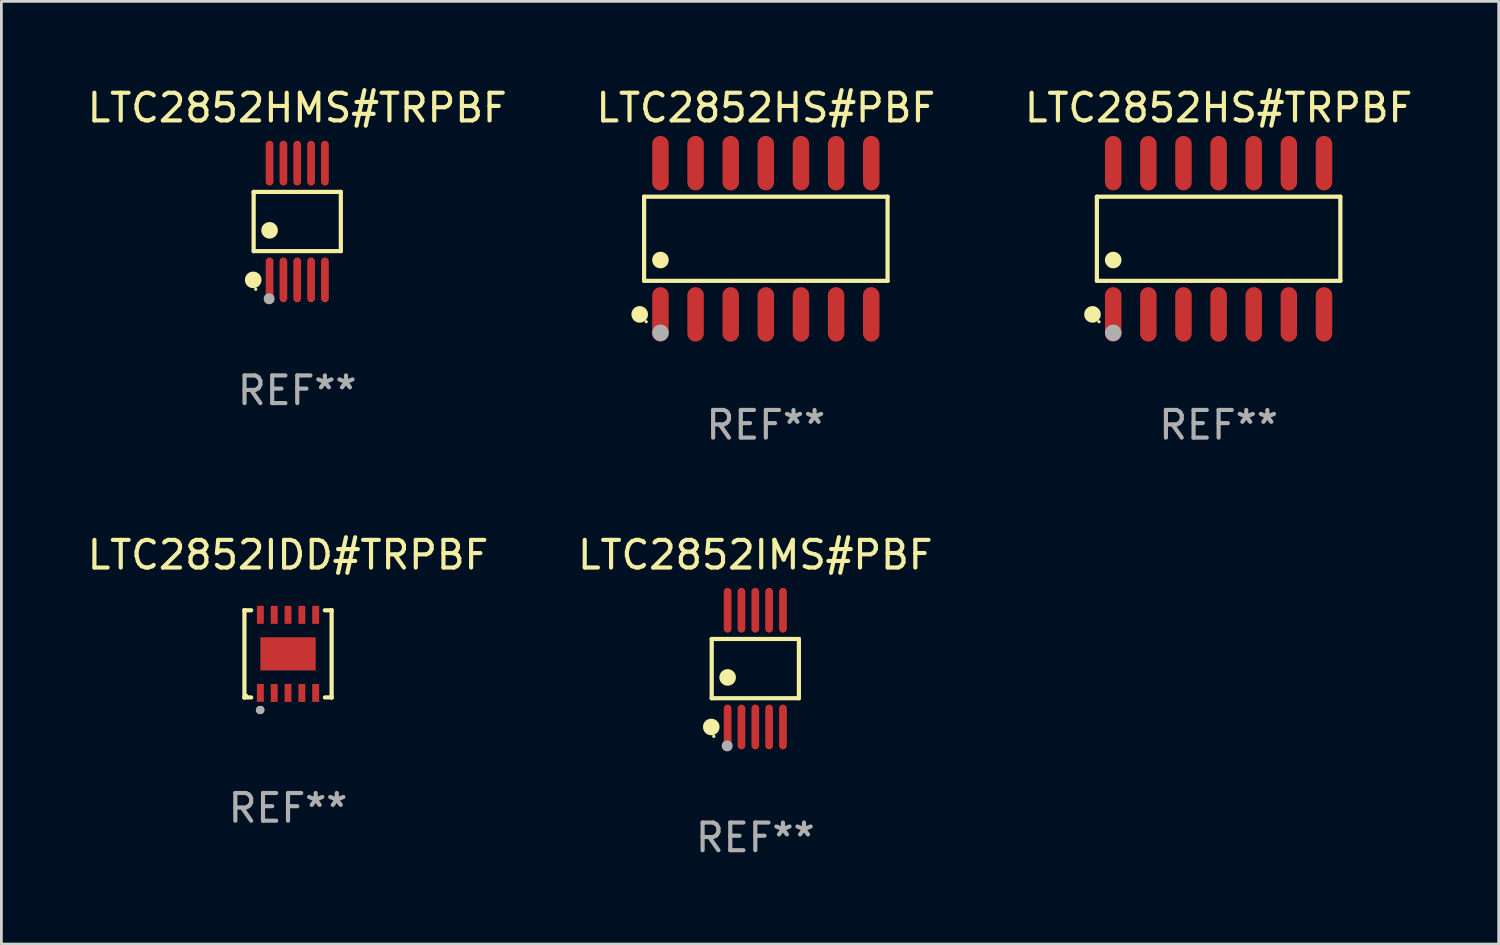
<source format=kicad_pcb>
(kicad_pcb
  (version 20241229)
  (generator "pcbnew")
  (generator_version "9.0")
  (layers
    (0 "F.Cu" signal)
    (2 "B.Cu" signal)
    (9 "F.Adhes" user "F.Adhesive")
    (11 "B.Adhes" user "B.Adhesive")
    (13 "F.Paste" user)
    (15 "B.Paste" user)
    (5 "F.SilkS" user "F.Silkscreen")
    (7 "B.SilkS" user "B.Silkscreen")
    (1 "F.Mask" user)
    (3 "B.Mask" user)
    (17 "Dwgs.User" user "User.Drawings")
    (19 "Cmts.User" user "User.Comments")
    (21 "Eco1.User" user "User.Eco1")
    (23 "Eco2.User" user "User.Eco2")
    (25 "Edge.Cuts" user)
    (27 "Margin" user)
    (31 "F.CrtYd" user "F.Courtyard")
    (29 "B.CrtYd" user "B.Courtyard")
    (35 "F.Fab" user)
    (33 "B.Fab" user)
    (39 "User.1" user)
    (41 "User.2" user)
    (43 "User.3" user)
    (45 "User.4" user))
  (footprint "LTC2852IMS#PBF"
    (layer "F.Cu")
    (at 24.256 21.122)
    (property "Reference" "LTC2852IMS#PBF" (at 0 -4.11 0) (layer "F.SilkS") (effects (font (size 1 1) (thickness 0.15))))
    (attr through_hole)
    (fp_line (start -1.576 -1.071) (end 1.576 -1.071) (stroke (width 0.152) (type solid)) (layer "F.SilkS"))
    (fp_line (start -1.576 1.071) (end -1.576 -1.071) (stroke (width 0.152) (type solid)) (layer "F.SilkS"))
    (fp_line (start 1.576 -1.071) (end 1.576 1.071) (stroke (width 0.152) (type solid)) (layer "F.SilkS"))
    (fp_line (start 1.576 1.071) (end -1.576 1.071) (stroke (width 0.152) (type solid)) (layer "F.SilkS"))
    (fp_circle (center -1.592 2.11) (end -1.442 2.11) (stroke (width 0.3) (type solid)) (fill no) (layer "F.SilkS"))
    (fp_circle (center -1.5 2.45) (end -1.47 2.45) (stroke (width 0.06) (type solid)) (fill no) (layer "F.SilkS"))
    (fp_circle (center -1 0.319) (end -0.85 0.319) (stroke (width 0.3) (type solid)) (fill no) (layer "F.SilkS"))
    (fp_circle (center -1.016 2.794) (end -0.916 2.794) (stroke (width 0.2) (type solid)) (fill no) (layer "F.Fab"))
    (fp_text user "REF**" (at 0 6.11 0) (layer "F.Fab") (effects (font (size 1 1) (thickness 0.15))))
    (pad "1" smd oval (at -1 2.11) (size 0.28 1.62) (layers "F.Cu" "F.Mask" "F.Paste"))
    (pad "2" smd oval (at -0.5 2.11) (size 0.28 1.62) (layers "F.Cu" "F.Mask" "F.Paste"))
    (pad "3" smd oval (at 0 2.11) (size 0.28 1.62) (layers "F.Cu" "F.Mask" "F.Paste"))
    (pad "4" smd oval (at 0.5 2.11) (size 0.28 1.62) (layers "F.Cu" "F.Mask" "F.Paste"))
    (pad "5" smd oval (at 1 2.11) (size 0.28 1.62) (layers "F.Cu" "F.Mask" "F.Paste"))
    (pad "6" smd oval (at 1 -2.11) (size 0.28 1.62) (layers "F.Cu" "F.Mask" "F.Paste"))
    (pad "7" smd oval (at 0.5 -2.11) (size 0.28 1.62) (layers "F.Cu" "F.Mask" "F.Paste"))
    (pad "8" smd oval (at 0 -2.11) (size 0.28 1.62) (layers "F.Cu" "F.Mask" "F.Paste"))
    (pad "9" smd oval (at -0.5 -2.11) (size 0.28 1.62) (layers "F.Cu" "F.Mask" "F.Paste"))
    (pad "10" smd oval (at -1 -2.11) (size 0.28 1.62) (layers "F.Cu" "F.Mask" "F.Paste")))
  (footprint "LTC2852HMS#TRPBF"
    (layer "F.Cu")
    (at 7.696 4.958)
    (property "Reference" "LTC2852HMS#TRPBF" (at 0 -4.11 0) (layer "F.SilkS") (effects (font (size 1 1) (thickness 0.15))))
    (attr through_hole)
    (fp_line (start -1.576 -1.071) (end 1.576 -1.071) (stroke (width 0.152) (type solid)) (layer "F.SilkS"))
    (fp_line (start -1.576 1.071) (end -1.576 -1.071) (stroke (width 0.152) (type solid)) (layer "F.SilkS"))
    (fp_line (start 1.576 -1.071) (end 1.576 1.071) (stroke (width 0.152) (type solid)) (layer "F.SilkS"))
    (fp_line (start 1.576 1.071) (end -1.576 1.071) (stroke (width 0.152) (type solid)) (layer "F.SilkS"))
    (fp_circle (center -1.592 2.11) (end -1.442 2.11) (stroke (width 0.3) (type solid)) (fill no) (layer "F.SilkS"))
    (fp_circle (center -1.5 2.45) (end -1.47 2.45) (stroke (width 0.06) (type solid)) (fill no) (layer "F.SilkS"))
    (fp_circle (center -1 0.319) (end -0.85 0.319) (stroke (width 0.3) (type solid)) (fill no) (layer "F.SilkS"))
    (fp_circle (center -1.016 2.794) (end -0.916 2.794) (stroke (width 0.2) (type solid)) (fill no) (layer "F.Fab"))
    (fp_text user "REF**" (at 0 6.11 0) (layer "F.Fab") (effects (font (size 1 1) (thickness 0.15))))
    (pad "1" smd oval (at -1 2.11) (size 0.28 1.62) (layers "F.Cu" "F.Mask" "F.Paste"))
    (pad "2" smd oval (at -0.5 2.11) (size 0.28 1.62) (layers "F.Cu" "F.Mask" "F.Paste"))
    (pad "3" smd oval (at 0 2.11) (size 0.28 1.62) (layers "F.Cu" "F.Mask" "F.Paste"))
    (pad "4" smd oval (at 0.5 2.11) (size 0.28 1.62) (layers "F.Cu" "F.Mask" "F.Paste"))
    (pad "5" smd oval (at 1 2.11) (size 0.28 1.62) (layers "F.Cu" "F.Mask" "F.Paste"))
    (pad "6" smd oval (at 1 -2.11) (size 0.28 1.62) (layers "F.Cu" "F.Mask" "F.Paste"))
    (pad "7" smd oval (at 0.5 -2.11) (size 0.28 1.62) (layers "F.Cu" "F.Mask" "F.Paste"))
    (pad "8" smd oval (at 0 -2.11) (size 0.28 1.62) (layers "F.Cu" "F.Mask" "F.Paste"))
    (pad "9" smd oval (at -0.5 -2.11) (size 0.28 1.62) (layers "F.Cu" "F.Mask" "F.Paste"))
    (pad "10" smd oval (at -1 -2.11) (size 0.28 1.62) (layers "F.Cu" "F.Mask" "F.Paste")))
  (footprint "LTC2852HS#TRPBF"
    (layer "F.Cu")
    (at 41.006 5.582)
    (property "Reference" "LTC2852HS#TRPBF" (at 0 -4.734 0) (layer "F.SilkS") (effects (font (size 1 1) (thickness 0.15))))
    (attr through_hole)
    (fp_line (start -4.401 -1.521) (end 4.401 -1.521) (stroke (width 0.152) (type solid)) (layer "F.SilkS"))
    (fp_line (start -4.401 1.521) (end -4.401 -1.521) (stroke (width 0.152) (type solid)) (layer "F.SilkS"))
    (fp_line (start 4.401 -1.521) (end 4.401 1.521) (stroke (width 0.152) (type solid)) (layer "F.SilkS"))
    (fp_line (start 4.401 1.521) (end -4.401 1.521) (stroke (width 0.152) (type solid)) (layer "F.SilkS"))
    (fp_circle (center -4.56 2.734) (end -4.41 2.734) (stroke (width 0.3) (type solid)) (fill no) (layer "F.SilkS"))
    (fp_circle (center -4.325 3) (end -4.295 3) (stroke (width 0.06) (type solid)) (fill no) (layer "F.SilkS"))
    (fp_circle (center -3.81 0.769) (end -3.66 0.769) (stroke (width 0.3) (type solid)) (fill no) (layer "F.SilkS"))
    (fp_circle (center -3.81 3.4) (end -3.66 3.4) (stroke (width 0.3) (type solid)) (fill no) (layer "F.Fab"))
    (fp_text user "REF**" (at 0 6.734 0) (layer "F.Fab") (effects (font (size 1 1) (thickness 0.15))))
    (pad "1" smd oval (at -3.81 2.734) (size 0.595 1.968) (layers "F.Cu" "F.Mask" "F.Paste"))
    (pad "2" smd oval (at -2.54 2.734) (size 0.595 1.968) (layers "F.Cu" "F.Mask" "F.Paste"))
    (pad "3" smd oval (at -1.27 2.734) (size 0.595 1.968) (layers "F.Cu" "F.Mask" "F.Paste"))
    (pad "4" smd oval (at 0 2.734) (size 0.595 1.968) (layers "F.Cu" "F.Mask" "F.Paste"))
    (pad "5" smd oval (at 1.27 2.734) (size 0.595 1.968) (layers "F.Cu" "F.Mask" "F.Paste"))
    (pad "6" smd oval (at 2.54 2.734) (size 0.595 1.968) (layers "F.Cu" "F.Mask" "F.Paste"))
    (pad "7" smd oval (at 3.81 2.734) (size 0.595 1.968) (layers "F.Cu" "F.Mask" "F.Paste"))
    (pad "8" smd oval (at 3.81 -2.734) (size 0.595 1.968) (layers "F.Cu" "F.Mask" "F.Paste"))
    (pad "9" smd oval (at 2.54 -2.734) (size 0.595 1.968) (layers "F.Cu" "F.Mask" "F.Paste"))
    (pad "10" smd oval (at 1.27 -2.734) (size 0.595 1.968) (layers "F.Cu" "F.Mask" "F.Paste"))
    (pad "11" smd oval (at 0 -2.734) (size 0.595 1.968) (layers "F.Cu" "F.Mask" "F.Paste"))
    (pad "12" smd oval (at -1.27 -2.734) (size 0.595 1.968) (layers "F.Cu" "F.Mask" "F.Paste"))
    (pad "13" smd oval (at -2.54 -2.734) (size 0.595 1.968) (layers "F.Cu" "F.Mask" "F.Paste"))
    (pad "14" smd oval (at -3.81 -2.734) (size 0.595 1.968) (layers "F.Cu" "F.Mask" "F.Paste")))
  (footprint "LTC2852HS#PBF"
    (layer "F.Cu")
    (at 24.637 5.582)
    (property "Reference" "LTC2852HS#PBF" (at 0 -4.734 0) (layer "F.SilkS") (effects (font (size 1 1) (thickness 0.15))))
    (attr through_hole)
    (fp_line (start -4.401 -1.521) (end 4.401 -1.521) (stroke (width 0.152) (type solid)) (layer "F.SilkS"))
    (fp_line (start -4.401 1.521) (end -4.401 -1.521) (stroke (width 0.152) (type solid)) (layer "F.SilkS"))
    (fp_line (start 4.401 -1.521) (end 4.401 1.521) (stroke (width 0.152) (type solid)) (layer "F.SilkS"))
    (fp_line (start 4.401 1.521) (end -4.401 1.521) (stroke (width 0.152) (type solid)) (layer "F.SilkS"))
    (fp_circle (center -4.56 2.734) (end -4.41 2.734) (stroke (width 0.3) (type solid)) (fill no) (layer "F.SilkS"))
    (fp_circle (center -4.325 3) (end -4.295 3) (stroke (width 0.06) (type solid)) (fill no) (layer "F.SilkS"))
    (fp_circle (center -3.81 0.769) (end -3.66 0.769) (stroke (width 0.3) (type solid)) (fill no) (layer "F.SilkS"))
    (fp_circle (center -3.81 3.4) (end -3.66 3.4) (stroke (width 0.3) (type solid)) (fill no) (layer "F.Fab"))
    (fp_text user "REF**" (at 0 6.734 0) (layer "F.Fab") (effects (font (size 1 1) (thickness 0.15))))
    (pad "1" smd oval (at -3.81 2.734) (size 0.595 1.968) (layers "F.Cu" "F.Mask" "F.Paste"))
    (pad "2" smd oval (at -2.54 2.734) (size 0.595 1.968) (layers "F.Cu" "F.Mask" "F.Paste"))
    (pad "3" smd oval (at -1.27 2.734) (size 0.595 1.968) (layers "F.Cu" "F.Mask" "F.Paste"))
    (pad "4" smd oval (at 0 2.734) (size 0.595 1.968) (layers "F.Cu" "F.Mask" "F.Paste"))
    (pad "5" smd oval (at 1.27 2.734) (size 0.595 1.968) (layers "F.Cu" "F.Mask" "F.Paste"))
    (pad "6" smd oval (at 2.54 2.734) (size 0.595 1.968) (layers "F.Cu" "F.Mask" "F.Paste"))
    (pad "7" smd oval (at 3.81 2.734) (size 0.595 1.968) (layers "F.Cu" "F.Mask" "F.Paste"))
    (pad "8" smd oval (at 3.81 -2.734) (size 0.595 1.968) (layers "F.Cu" "F.Mask" "F.Paste"))
    (pad "9" smd oval (at 2.54 -2.734) (size 0.595 1.968) (layers "F.Cu" "F.Mask" "F.Paste"))
    (pad "10" smd oval (at 1.27 -2.734) (size 0.595 1.968) (layers "F.Cu" "F.Mask" "F.Paste"))
    (pad "11" smd oval (at 0 -2.734) (size 0.595 1.968) (layers "F.Cu" "F.Mask" "F.Paste"))
    (pad "12" smd oval (at -1.27 -2.734) (size 0.595 1.968) (layers "F.Cu" "F.Mask" "F.Paste"))
    (pad "13" smd oval (at -2.54 -2.734) (size 0.595 1.968) (layers "F.Cu" "F.Mask" "F.Paste"))
    (pad "14" smd oval (at -3.81 -2.734) (size 0.595 1.968) (layers "F.Cu" "F.Mask" "F.Paste")))
  (footprint "LTC2852IDD#TRPBF"
    (layer "F.Cu")
    (at 7.363 20.589)
    (property "Reference" "LTC2852IDD#TRPBF" (at 0 -3.576 0) (layer "F.SilkS") (effects (font (size 1 1) (thickness 0.15))))
    (attr through_hole)
    (fp_line (start -1.576 -1.576) (end -1.576 -1.576) (stroke (width 0.152) (type solid)) (layer "F.SilkS"))
    (fp_line (start -1.576 -1.576) (end -1.331 -1.576) (stroke (width 0.152) (type solid)) (layer "F.SilkS"))
    (fp_line (start -1.576 1.576) (end -1.576 -1.576) (stroke (width 0.152) (type solid)) (layer "F.SilkS"))
    (fp_line (start -1.576 1.576) (end -1.576 1.576) (stroke (width 0.152) (type solid)) (layer "F.SilkS"))
    (fp_line (start -1.331 1.576) (end -1.576 1.576) (stroke (width 0.152) (type solid)) (layer "F.SilkS"))
    (fp_line (start 1.331 1.576) (end 1.576 1.576) (stroke (width 0.152) (type solid)) (layer "F.SilkS"))
    (fp_line (start 1.576 -1.576) (end 1.331 -1.576) (stroke (width 0.152) (type solid)) (layer "F.SilkS"))
    (fp_line (start 1.576 -1.576) (end 1.576 -1.576) (stroke (width 0.152) (type solid)) (layer "F.SilkS"))
    (fp_line (start 1.576 1.576) (end 1.576 -1.576) (stroke (width 0.152) (type solid)) (layer "F.SilkS"))
    (fp_line (start 1.576 1.576) (end 1.576 1.576) (stroke (width 0.152) (type solid)) (layer "F.SilkS"))
    (fp_circle (center -1.5 1.5) (end -1.47 1.5) (stroke (width 0.06) (type solid)) (fill no) (layer "F.SilkS"))
    (fp_circle (center -1 2.028) (end -0.925 2.028) (stroke (width 0.15) (type solid)) (fill no) (layer "F.SilkS"))
    (fp_circle (center -1.016 2.032) (end -0.941 2.032) (stroke (width 0.15) (type solid)) (fill no) (layer "F.Fab"))
    (fp_text user "REF**" (at 0 5.576 0) (layer "F.Fab") (effects (font (size 1 1) (thickness 0.15))))
    (pad "1" smd rect (at -1 1.411) (size 0.25 0.65) (layers "F.Cu" "F.Mask" "F.Paste"))
    (pad "2" smd rect (at -0.5 1.411) (size 0.25 0.65) (layers "F.Cu" "F.Mask" "F.Paste"))
    (pad "3" smd rect (at 0 1.411) (size 0.25 0.65) (layers "F.Cu" "F.Mask" "F.Paste"))
    (pad "4" smd rect (at 0.5 1.411) (size 0.25 0.65) (layers "F.Cu" "F.Mask" "F.Paste"))
    (pad "5" smd rect (at 1 1.411) (size 0.25 0.65) (layers "F.Cu" "F.Mask" "F.Paste"))
    (pad "6" smd rect (at 1 -1.411) (size 0.25 0.65) (layers "F.Cu" "F.Mask" "F.Paste"))
    (pad "7" smd rect (at 0.5 -1.411) (size 0.25 0.65) (layers "F.Cu" "F.Mask" "F.Paste"))
    (pad "8" smd rect (at 0 -1.411) (size 0.25 0.65) (layers "F.Cu" "F.Mask" "F.Paste"))
    (pad "9" smd rect (at -0.5 -1.411) (size 0.25 0.65) (layers "F.Cu" "F.Mask" "F.Paste"))
    (pad "10" smd rect (at -1 -1.411) (size 0.25 0.65) (layers "F.Cu" "F.Mask" "F.Paste"))
    (pad "11" smd rect (at 0 0) (size 2 1.2) (layers "F.Cu" "F.Mask" "F.Paste")))
  (gr_rect
    (start -3 -3)
    (end 51.131 31.081)
    (stroke (width 0.1) (type default))
    (fill no)
    (layer "Edge.Cuts")))
</source>
